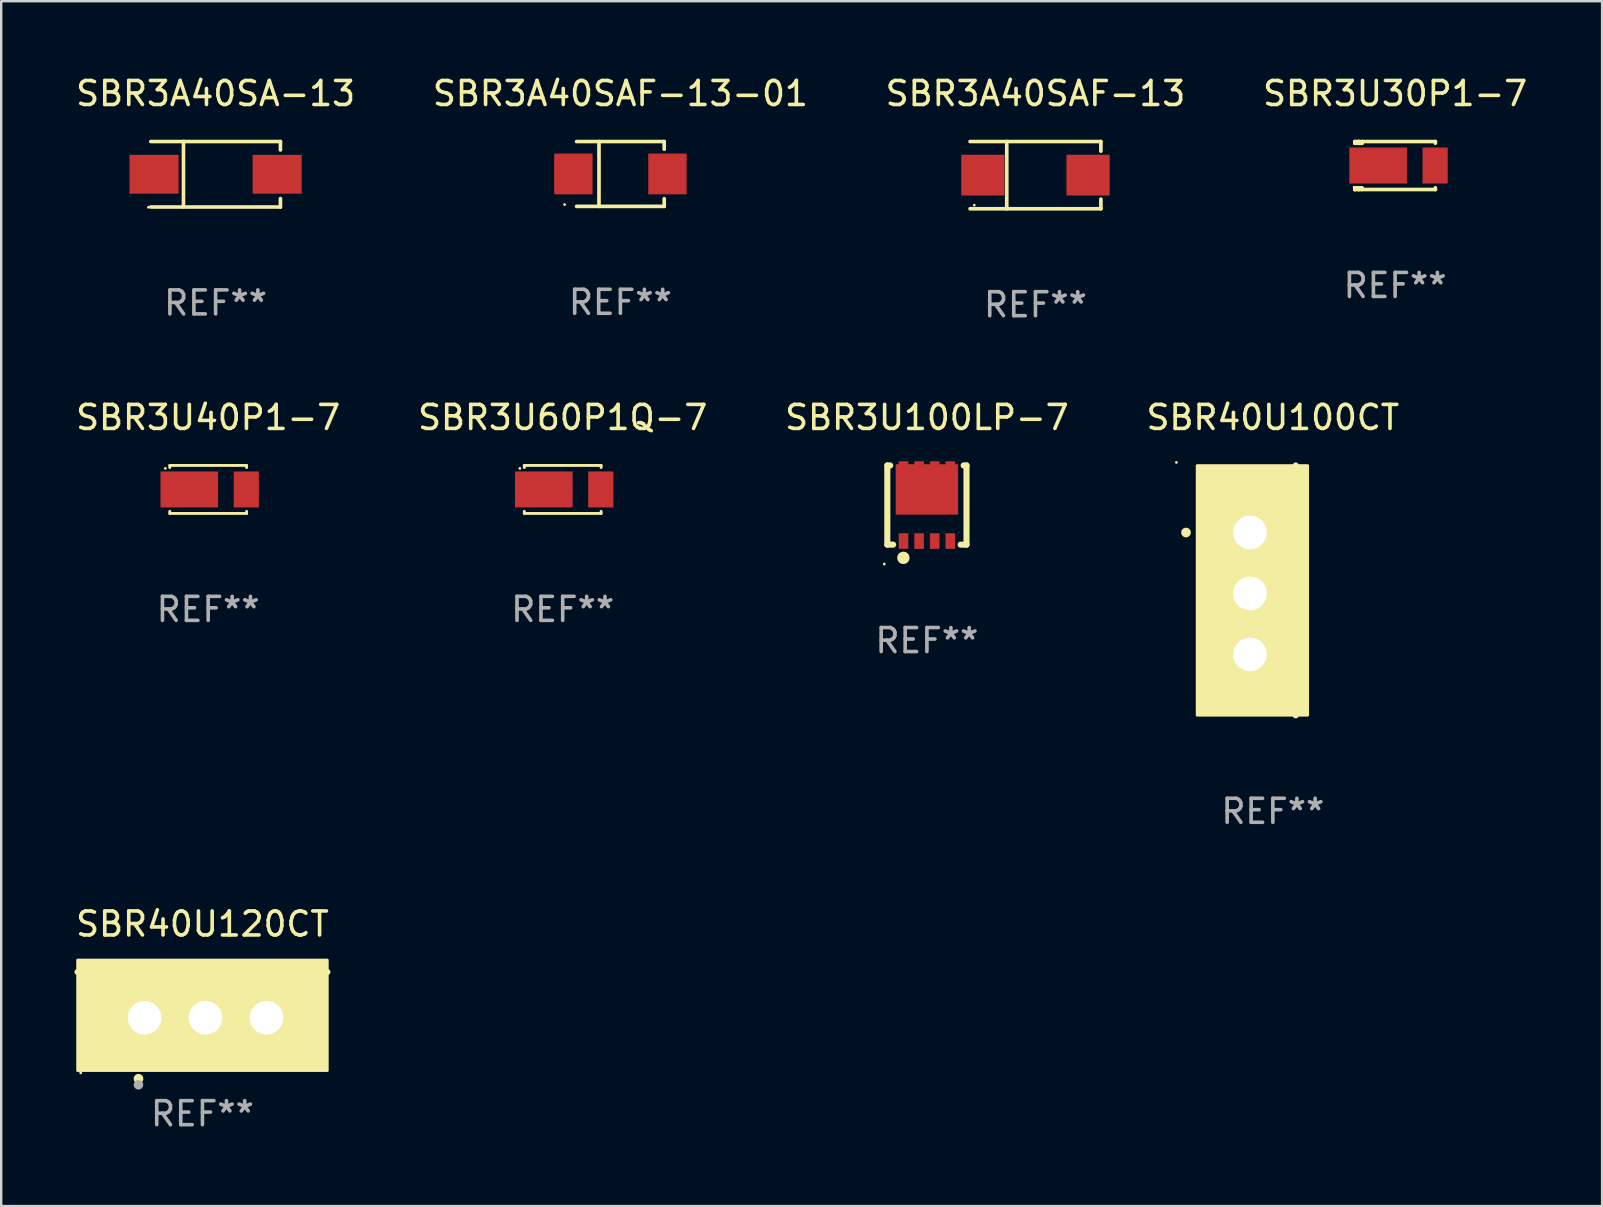
<source format=kicad_pcb>
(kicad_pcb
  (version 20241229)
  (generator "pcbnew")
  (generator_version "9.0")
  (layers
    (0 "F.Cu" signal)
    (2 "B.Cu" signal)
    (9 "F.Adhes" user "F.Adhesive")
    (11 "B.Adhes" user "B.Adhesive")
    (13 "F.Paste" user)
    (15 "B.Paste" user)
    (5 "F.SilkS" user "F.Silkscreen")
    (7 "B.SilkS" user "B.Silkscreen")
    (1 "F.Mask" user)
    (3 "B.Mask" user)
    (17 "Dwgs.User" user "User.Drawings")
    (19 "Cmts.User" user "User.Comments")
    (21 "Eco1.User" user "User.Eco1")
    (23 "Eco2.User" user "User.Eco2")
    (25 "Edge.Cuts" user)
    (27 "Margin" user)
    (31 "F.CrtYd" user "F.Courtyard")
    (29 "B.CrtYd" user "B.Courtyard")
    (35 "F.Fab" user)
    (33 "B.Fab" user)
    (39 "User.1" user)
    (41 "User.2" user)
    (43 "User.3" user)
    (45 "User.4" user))
  (footprint "SBR3A40SAF-13"
    (layer "F.Cu")
    (at 40.101 4.249)
    (property "Reference" "SBR3A40SAF-13" (at 0 -3.401 0) (layer "F.SilkS") (effects (font (size 1 1) (thickness 0.15))))
    (attr through_hole)
    (fp_line (start -2.726 -1.401) (end 2.726 -1.401) (stroke (width 0.152) (type solid)) (layer "F.SilkS"))
    (fp_line (start -2.726 1.401) (end 2.726 1.401) (stroke (width 0.152) (type solid)) (layer "F.SilkS"))
    (fp_line (start -1.197 -1.401) (end -1.197 1.401) (stroke (width 0.152) (type solid)) (layer "F.SilkS"))
    (fp_line (start 2.726 -1.401) (end 2.726 -1) (stroke (width 0.152) (type solid)) (layer "F.SilkS"))
    (fp_line (start 2.726 1.401) (end 2.726 1) (stroke (width 0.152) (type solid)) (layer "F.SilkS"))
    (fp_circle (center -2.55 1.25) (end -2.52 1.25) (stroke (width 0.06) (type solid)) (fill no) (layer "F.SilkS"))
    (fp_text user "REF**" (at 0 5.401 0) (layer "F.Fab") (effects (font (size 1 1) (thickness 0.15))))
    (pad "1" smd rect (at -2.192 0) (size 1.8 1.7) (layers "F.Cu" "F.Mask" "F.Paste"))
    (pad "2" smd rect (at 2.192 0) (size 1.8 1.7) (layers "F.Cu" "F.Mask" "F.Paste")))
  (footprint "SBR3U30P1-7"
    (layer "F.Cu")
    (at 55.089 3.848)
    (property "Reference" "SBR3U30P1-7" (at 0 -3 0) (layer "F.SilkS") (effects (font (size 1 1) (thickness 0.15))))
    (attr through_hole)
    (fp_line (start -1.68 -1) (end -1.68 -0.929) (stroke (width 0.152) (type solid)) (layer "F.SilkS"))
    (fp_line (start -1.68 0.929) (end -1.68 1) (stroke (width 0.152) (type solid)) (layer "F.SilkS"))
    (fp_line (start -1.68 1) (end -1.68 0.929) (stroke (width 0.152) (type solid)) (layer "F.SilkS"))
    (fp_line (start -1.523 -1) (end -1.68 -1) (stroke (width 0.152) (type solid)) (layer "F.SilkS"))
    (fp_line (start -1.523 -1) (end -1.523 -0.929) (stroke (width 0.152) (type solid)) (layer "F.SilkS"))
    (fp_line (start -1.523 0.929) (end -1.68 0.929) (stroke (width 0.152) (type solid)) (layer "F.SilkS"))
    (fp_line (start -1.523 0.929) (end -1.523 1) (stroke (width 0.152) (type solid)) (layer "F.SilkS"))
    (fp_line (start -1.523 0.929) (end -1.384 0.929) (stroke (width 0.152) (type solid)) (layer "F.SilkS"))
    (fp_line (start -1.523 1) (end -1.68 1) (stroke (width 0.152) (type solid)) (layer "F.SilkS"))
    (fp_line (start -1.52 1) (end 1.68 1) (stroke (width 0.152) (type solid)) (layer "F.SilkS"))
    (fp_line (start -1.384 -0.982) (end -1.366 -1) (stroke (width 0.152) (type solid)) (layer "F.SilkS"))
    (fp_line (start -1.384 -0.929) (end -1.68 -0.929) (stroke (width 0.152) (type solid)) (layer "F.SilkS"))
    (fp_line (start -1.384 -0.929) (end -1.523 -0.929) (stroke (width 0.152) (type solid)) (layer "F.SilkS"))
    (fp_line (start -1.384 -0.929) (end -1.384 -0.982) (stroke (width 0.152) (type solid)) (layer "F.SilkS"))
    (fp_line (start -1.384 1) (end -1.384 0.929) (stroke (width 0.152) (type solid)) (layer "F.SilkS"))
    (fp_line (start 1.677 -1) (end -1.523 -1) (stroke (width 0.152) (type solid)) (layer "F.SilkS"))
    (fp_line (start 1.677 -1) (end 1.677 -0.929) (stroke (width 0.152) (type solid)) (layer "F.SilkS"))
    (fp_line (start 1.677 0.929) (end 1.677 1) (stroke (width 0.152) (type solid)) (layer "F.SilkS"))
    (fp_circle (center -1.708 0.905) (end -1.678 0.905) (stroke (width 0.06) (type solid)) (fill no) (layer "F.SilkS"))
    (fp_text user "REF**" (at 0 5 0) (layer "F.Fab") (effects (font (size 1 1) (thickness 0.15))))
    (pad "1" smd rect (at -0.708 0 180) (size 2.4 1.5) (layers "F.Cu" "F.Mask" "F.Paste"))
    (pad "2" smd rect (at 1.667 0 180) (size 1.05 1.5) (layers "F.Cu" "F.Mask" "F.Paste")))
  (footprint "SBR40U100CT"
    (layer "F.Cu")
    (at 49.994 21.554)
    (property "Reference" "SBR40U100CT" (at 0 -7.207 0) (layer "F.SilkS") (effects (font (size 1 1) (thickness 0.15))))
    (attr through_hole)
    (fp_line (start 0.953 5.207) (end 0.953 -5.207) (stroke (width 0.254) (type solid)) (layer "F.SilkS"))
    (fp_arc (start -3.619507 -2.410465) (mid -3.619511 -2.411735) (end -3.619507 -2.413005) (stroke (width 0.4) (type solid)) (layer "F.SilkS"))
    (fp_circle (center -4.02 -5.334) (end -3.99 -5.334) (stroke (width 0.06) (type solid)) (fill no) (layer "F.SilkS"))
    (fp_poly (pts (xy -3.152 -5.2) (xy 1.448 -5.2) (xy 1.448 5.2) (xy -3.152 5.2)) (stroke (width 0.12) (type solid)) (fill yes) (layer "F.SilkS"))
    (fp_text user "REF**" (at 0 9.207 0) (layer "F.Fab") (effects (font (size 1 1) (thickness 0.15))))
    (pad "1" thru_hole rect (at -0.953 -2.413 270) (size 2 2.5) (drill 1.4) (layers "*.Cu" "*.Mask"))
    (pad "2" thru_hole oval (at -0.953 0.127 270) (size 2 2.5) (drill 1.4) (layers "*.Cu" "*.Mask"))
    (pad "3" thru_hole oval (at -0.953 2.667 270) (size 2 2.5) (drill 1.4) (layers "*.Cu" "*.Mask")))
  (footprint "SBR3U40P1-7"
    (layer "F.Cu")
    (at 5.625 17.347)
    (property "Reference" "SBR3U40P1-7" (at 0 -3 0) (layer "F.SilkS") (effects (font (size 1 1) (thickness 0.15))))
    (attr through_hole)
    (fp_line (start -1.599 -1) (end -1.599 -0.913) (stroke (width 0.12) (type solid)) (layer "F.SilkS"))
    (fp_line (start -1.599 0.913) (end -1.599 1) (stroke (width 0.12) (type solid)) (layer "F.SilkS"))
    (fp_line (start -1.599 1) (end 1.601 1) (stroke (width 0.12) (type solid)) (layer "F.SilkS"))
    (fp_line (start 1.599 -1) (end -1.601 -1) (stroke (width 0.12) (type solid)) (layer "F.SilkS"))
    (fp_line (start 1.601 -1) (end 1.601 -0.913) (stroke (width 0.12) (type solid)) (layer "F.SilkS"))
    (fp_line (start 1.601 0.913) (end 1.601 1) (stroke (width 0.12) (type solid)) (layer "F.SilkS"))
    (fp_circle (center -1.785 -0.876) (end -1.755 -0.876) (stroke (width 0.06) (type solid)) (fill no) (layer "F.SilkS"))
    (fp_text user "REF**" (at 0 5 0) (layer "F.Fab") (effects (font (size 1 1) (thickness 0.15))))
    (pad "1" smd rect (at -0.786 0 180) (size 2.4 1.5) (layers "F.Cu" "F.Mask" "F.Paste"))
    (pad "2" smd rect (at 1.589 0 180) (size 1.05 1.5) (layers "F.Cu" "F.Mask" "F.Paste")))
  (footprint "SBR40U120CT"
    (layer "F.Cu")
    (at 5.387 38.41)
    (property "Reference" "SBR40U120CT" (at 0 -2.953 0) (layer "F.SilkS") (effects (font (size 1 1) (thickness 0.15))))
    (attr through_hole)
    (fp_line (start 5.207 -0.953) (end -5.207 -0.953) (stroke (width 0.254) (type solid)) (layer "F.SilkS"))
    (fp_arc (start -2.66698 3.49252) (mid -2.66571 3.492516) (end -2.66444 3.49252) (stroke (width 0.4) (type solid)) (layer "F.SilkS"))
    (fp_circle (center -5.073 3.252) (end -5.043 3.252) (stroke (width 0.06) (type solid)) (fill no) (layer "F.SilkS"))
    (fp_poly (pts (xy -5.2 -1.448) (xy 5.2 -1.448) (xy 5.2 3.152) (xy -5.2 3.152)) (stroke (width 0.12) (type solid)) (fill yes) (layer "F.SilkS"))
    (fp_circle (center -2.667 3.747) (end -2.567 3.747) (stroke (width 0.2) (type solid)) (fill no) (layer "F.Fab"))
    (fp_text user "REF**" (at 0 4.953 0) (layer "F.Fab") (effects (font (size 1 1) (thickness 0.15))))
    (pad "1" thru_hole rect (at -2.413 0.953) (size 2 2.5) (drill 1.4) (layers "*.Cu" "*.Mask"))
    (pad "2" thru_hole oval (at 0.127 0.953) (size 2 2.5) (drill 1.4) (layers "*.Cu" "*.Mask"))
    (pad "3" thru_hole oval (at 2.667 0.953) (size 2 2.5) (drill 1.4) (layers "*.Cu" "*.Mask")))
  (footprint "SBR3A40SA-13"
    (layer "F.Cu")
    (at 5.935 4.212)
    (property "Reference" "SBR3A40SA-13" (at 0 -3.364 0) (layer "F.SilkS") (effects (font (size 1 1) (thickness 0.15))))
    (attr through_hole)
    (fp_line (start -2.701 -1.364) (end 2.701 -1.364) (stroke (width 0.152) (type solid)) (layer "F.SilkS"))
    (fp_line (start -2.701 1.364) (end 2.701 1.364) (stroke (width 0.152) (type solid)) (layer "F.SilkS"))
    (fp_line (start -1.339 -1.364) (end -1.339 1.364) (stroke (width 0.152) (type solid)) (layer "F.SilkS"))
    (fp_line (start 2.701 -1.364) (end 2.701 -1.013) (stroke (width 0.152) (type solid)) (layer "F.SilkS"))
    (fp_line (start 2.701 1.364) (end 2.701 1.013) (stroke (width 0.152) (type solid)) (layer "F.SilkS"))
    (fp_circle (center -2.8 1.375) (end -2.77 1.375) (stroke (width 0.06) (type solid)) (fill no) (layer "F.SilkS"))
    (fp_text user "REF**" (at 0 5.364 0) (layer "F.Fab") (effects (font (size 1 1) (thickness 0.15))))
    (pad "1" smd rect (at -2.565 -0.000025) (size 2.046 1.62) (layers "F.Cu" "F.Mask" "F.Paste"))
    (pad "2" smd rect (at 2.565 -0.000025) (size 2.046 1.62) (layers "F.Cu" "F.Mask" "F.Paste")))
  (footprint "SBR3U60P1Q-7"
    (layer "F.Cu")
    (at 20.399 17.347)
    (property "Reference" "SBR3U60P1Q-7" (at 0 -3 0) (layer "F.SilkS") (effects (font (size 1 1) (thickness 0.15))))
    (attr through_hole)
    (fp_line (start -1.599 -1) (end -1.599 -0.913) (stroke (width 0.12) (type solid)) (layer "F.SilkS"))
    (fp_line (start -1.599 0.913) (end -1.599 1) (stroke (width 0.12) (type solid)) (layer "F.SilkS"))
    (fp_line (start -1.599 1) (end 1.601 1) (stroke (width 0.12) (type solid)) (layer "F.SilkS"))
    (fp_line (start 1.599 -1) (end -1.601 -1) (stroke (width 0.12) (type solid)) (layer "F.SilkS"))
    (fp_line (start 1.601 -1) (end 1.601 -0.913) (stroke (width 0.12) (type solid)) (layer "F.SilkS"))
    (fp_line (start 1.601 0.913) (end 1.601 1) (stroke (width 0.12) (type solid)) (layer "F.SilkS"))
    (fp_circle (center -1.785 -0.876) (end -1.755 -0.876) (stroke (width 0.06) (type solid)) (fill no) (layer "F.SilkS"))
    (fp_text user "REF**" (at 0 5 0) (layer "F.Fab") (effects (font (size 1 1) (thickness 0.15))))
    (pad "1" smd rect (at -0.786 0 180) (size 2.4 1.5) (layers "F.Cu" "F.Mask" "F.Paste"))
    (pad "2" smd rect (at 1.589 0 180) (size 1.05 1.5) (layers "F.Cu" "F.Mask" "F.Paste")))
  (footprint "SBR3U100LP-7"
    (layer "F.Cu")
    (at 35.577 17.997)
    (property "Reference" "SBR3U100LP-7" (at 0 -3.65 0) (layer "F.SilkS") (effects (font (size 1 1) (thickness 0.15))))
    (attr through_hole)
    (fp_line (start -1.65 -1.65) (end -1.65 1.65) (stroke (width 0.254) (type solid)) (layer "F.SilkS"))
    (fp_line (start -1.65 1.65) (end -1.406 1.65) (stroke (width 0.254) (type solid)) (layer "F.SilkS"))
    (fp_line (start -1.531 -1.65) (end -1.65 -1.65) (stroke (width 0.254) (type solid)) (layer "F.SilkS"))
    (fp_line (start 1.406 1.65) (end 1.65 1.65) (stroke (width 0.254) (type solid)) (layer "F.SilkS"))
    (fp_line (start 1.65 -1.65) (end 1.531 -1.65) (stroke (width 0.254) (type solid)) (layer "F.SilkS"))
    (fp_line (start 1.65 -1.65) (end 1.65 1.65) (stroke (width 0.254) (type solid)) (layer "F.SilkS"))
    (fp_circle (center -1.777 2.46) (end -1.747 2.46) (stroke (width 0.06) (type solid)) (fill no) (layer "F.SilkS"))
    (fp_circle (center -0.98 2.2) (end -0.847 2.2) (stroke (width 0.254) (type solid)) (fill no) (layer "F.SilkS"))
    (fp_text user "REF**" (at 0 5.65 0) (layer "F.Fab") (effects (font (size 1 1) (thickness 0.15))))
    (pad "1" smd rect (at -0.975 1.5) (size 0.4 0.65) (layers "F.Cu" "F.Mask" "F.Paste"))
    (pad "2" smd rect (at -0.325 1.5) (size 0.4 0.65) (layers "F.Cu" "F.Mask" "F.Paste"))
    (pad "3" smd rect (at 0.325 1.5) (size 0.4 0.65) (layers "F.Cu" "F.Mask" "F.Paste"))
    (pad "4" smd rect (at 0.975 1.5) (size 0.4 0.65) (layers "F.Cu" "F.Mask" "F.Paste"))
    (pad "5" smd rect (at 0.975 -1.5) (size 0.4 0.65) (layers "F.Cu" "F.Mask" "F.Paste"))
    (pad "6" smd rect (at 0.325 -1.5) (size 0.4 0.65) (layers "F.Cu" "F.Mask" "F.Paste"))
    (pad "7" smd rect (at -0.325 -1.5) (size 0.4 0.65) (layers "F.Cu" "F.Mask" "F.Paste"))
    (pad "8" smd rect (at -0.975 -1.5) (size 0.4 0.65) (layers "F.Cu" "F.Mask" "F.Paste"))
    (pad "8" smd rect (at 0 -0.65 90) (size 2.1 2.6) (layers "F.Cu" "F.Mask" "F.Paste")))
  (footprint "SBR3A40SAF-13-01"
    (layer "F.Cu")
    (at 22.804 4.199)
    (property "Reference" "SBR3A40SAF-13-01" (at 0 -3.351 0) (layer "F.SilkS") (effects (font (size 1 1) (thickness 0.15))))
    (attr through_hole)
    (fp_line (start -1.826 -1.351) (end 1.826 -1.351) (stroke (width 0.152) (type solid)) (layer "F.SilkS"))
    (fp_line (start -1.826 1.351) (end 1.826 1.351) (stroke (width 0.152) (type solid)) (layer "F.SilkS"))
    (fp_line (start -0.892 -1.351) (end -0.892 1.351) (stroke (width 0.152) (type solid)) (layer "F.SilkS"))
    (fp_line (start 1.826 -1.351) (end 1.826 -1.03) (stroke (width 0.152) (type solid)) (layer "F.SilkS"))
    (fp_line (start 1.826 1.03) (end 1.826 1.351) (stroke (width 0.152) (type solid)) (layer "F.SilkS"))
    (fp_circle (center -2.325 1.275) (end -2.295 1.275) (stroke (width 0.06) (type solid)) (fill no) (layer "F.SilkS"))
    (fp_text user "REF**" (at 0 5.351 0) (layer "F.Fab") (effects (font (size 1 1) (thickness 0.15))))
    (pad "1" smd rect (at -1.96 0 180) (size 1.6 1.7) (layers "F.Cu" "F.Mask" "F.Paste"))
    (pad "2" smd rect (at 1.96 0 180) (size 1.6 1.7) (layers "F.Cu" "F.Mask" "F.Paste")))
  (gr_rect
    (start -3 -3)
    (end 63.714 47.211)
    (stroke (width 0.1) (type default))
    (fill no)
    (layer "Edge.Cuts")))
</source>
